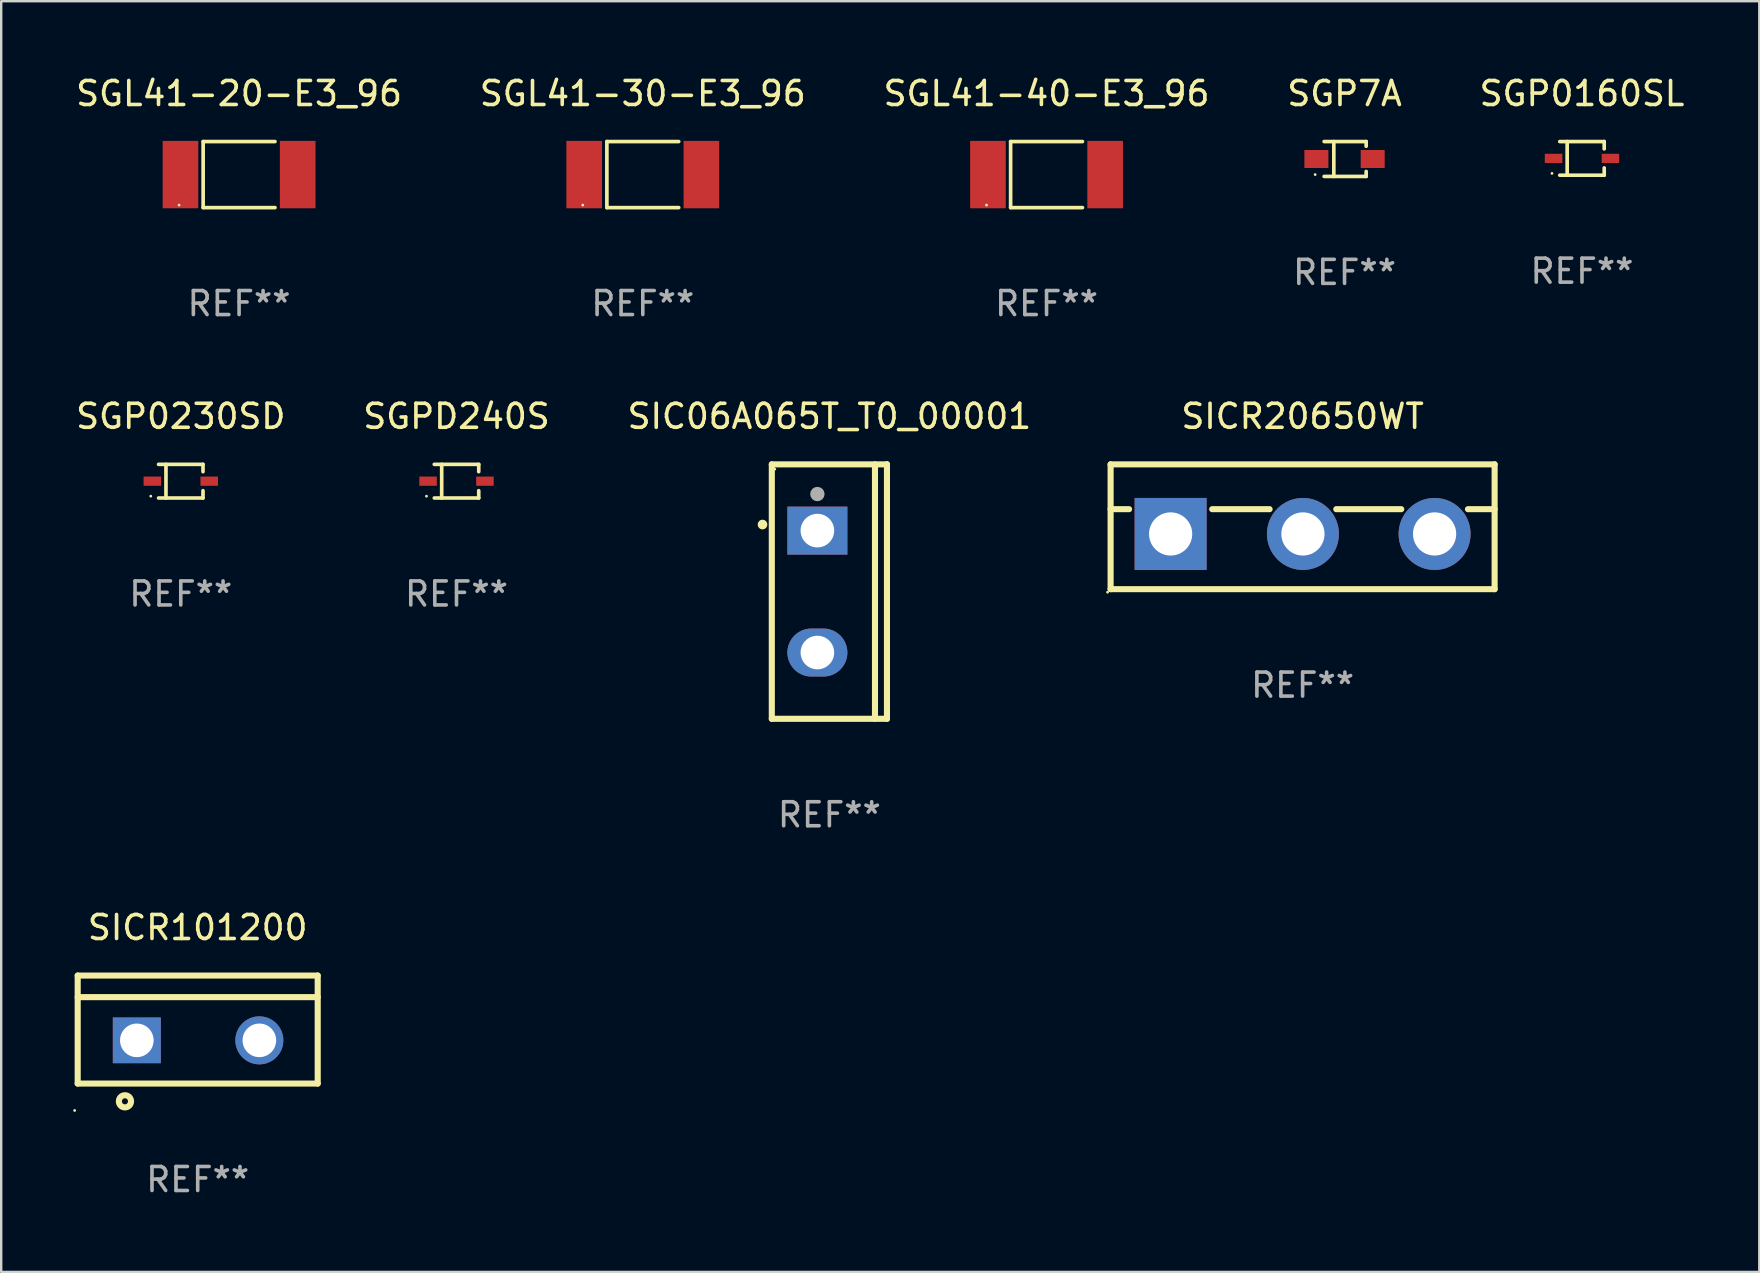
<source format=kicad_pcb>
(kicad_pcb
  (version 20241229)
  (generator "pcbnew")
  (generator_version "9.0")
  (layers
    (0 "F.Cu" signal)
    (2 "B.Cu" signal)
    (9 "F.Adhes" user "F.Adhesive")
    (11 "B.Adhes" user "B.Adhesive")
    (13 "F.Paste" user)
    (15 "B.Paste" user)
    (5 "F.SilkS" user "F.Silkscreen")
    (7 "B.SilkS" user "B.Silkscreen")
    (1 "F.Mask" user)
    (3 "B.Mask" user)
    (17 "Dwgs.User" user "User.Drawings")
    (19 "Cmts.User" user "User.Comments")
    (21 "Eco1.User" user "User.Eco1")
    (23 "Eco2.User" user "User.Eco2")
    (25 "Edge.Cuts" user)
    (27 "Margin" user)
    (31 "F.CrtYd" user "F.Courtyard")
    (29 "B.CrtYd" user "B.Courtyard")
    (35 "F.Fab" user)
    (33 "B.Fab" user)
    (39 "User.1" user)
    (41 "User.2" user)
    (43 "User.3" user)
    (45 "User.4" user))
  (footprint "SGL41-30-E3_96"
    (layer "F.Cu")
    (at 23.732 4.224)
    (property "Reference" "SGL41-30-E3_96" (at 0 -3.376 0) (layer "F.SilkS") (effects (font (size 1 1) (thickness 0.15))))
    (attr through_hole)
    (fp_line (start -1.497 -1.376) (end -1.497 1.376) (stroke (width 0.152) (type solid)) (layer "F.SilkS"))
    (fp_line (start -1.497 -1.376) (end 1.497 -1.376) (stroke (width 0.152) (type solid)) (layer "F.SilkS"))
    (fp_line (start -1.497 1.376) (end 1.497 1.376) (stroke (width 0.152) (type solid)) (layer "F.SilkS"))
    (fp_circle (center -2.5 1.27) (end -2.47 1.27) (stroke (width 0.06) (type solid)) (fill no) (layer "F.SilkS"))
    (fp_text user "REF**" (at 0 5.376 0) (layer "F.Fab") (effects (font (size 1 1) (thickness 0.15))))
    (pad "1" smd rect (at -2.442 0 180) (size 1.485 2.808) (layers "F.Cu" "F.Mask" "F.Paste"))
    (pad "2" smd rect (at 2.442 0 180) (size 1.485 2.808) (layers "F.Cu" "F.Mask" "F.Paste")))
  (footprint "SGPD240S"
    (layer "F.Cu")
    (at 15.97 16.998)
    (property "Reference" "SGPD240S" (at 0 -2.701 0) (layer "F.SilkS") (effects (font (size 1 1) (thickness 0.15))))
    (attr through_hole)
    (fp_line (start -0.926 -0.701) (end 0.926 -0.701) (stroke (width 0.152) (type solid)) (layer "F.SilkS"))
    (fp_line (start -0.926 0.701) (end 0.926 0.701) (stroke (width 0.152) (type solid)) (layer "F.SilkS"))
    (fp_line (start -0.617 -0.701) (end -0.617 0.701) (stroke (width 0.152) (type solid)) (layer "F.SilkS"))
    (fp_line (start 0.926 -0.701) (end 0.926 -0.396) (stroke (width 0.152) (type solid)) (layer "F.SilkS"))
    (fp_line (start 0.926 0.701) (end 0.926 0.396) (stroke (width 0.152) (type solid)) (layer "F.SilkS"))
    (fp_circle (center -1.25 0.625) (end -1.22 0.625) (stroke (width 0.06) (type solid)) (fill no) (layer "F.SilkS"))
    (fp_text user "REF**" (at 0 4.701 0) (layer "F.Fab") (effects (font (size 1 1) (thickness 0.15))))
    (pad "1" smd rect (at -1.185 0 180) (size 0.73 0.385) (layers "F.Cu" "F.Mask" "F.Paste"))
    (pad "2" smd rect (at 1.185 0 180) (size 0.73 0.385) (layers "F.Cu" "F.Mask" "F.Paste")))
  (footprint "SGP0230SD"
    (layer "F.Cu")
    (at 4.482 16.998)
    (property "Reference" "SGP0230SD" (at 0 -2.701 0) (layer "F.SilkS") (effects (font (size 1 1) (thickness 0.15))))
    (attr through_hole)
    (fp_line (start -0.926 -0.701) (end 0.926 -0.701) (stroke (width 0.152) (type solid)) (layer "F.SilkS"))
    (fp_line (start -0.926 0.701) (end 0.926 0.701) (stroke (width 0.152) (type solid)) (layer "F.SilkS"))
    (fp_line (start -0.617 -0.701) (end -0.617 0.701) (stroke (width 0.152) (type solid)) (layer "F.SilkS"))
    (fp_line (start 0.926 -0.701) (end 0.926 -0.396) (stroke (width 0.152) (type solid)) (layer "F.SilkS"))
    (fp_line (start 0.926 0.701) (end 0.926 0.396) (stroke (width 0.152) (type solid)) (layer "F.SilkS"))
    (fp_circle (center -1.25 0.625) (end -1.22 0.625) (stroke (width 0.06) (type solid)) (fill no) (layer "F.SilkS"))
    (fp_text user "REF**" (at 0 4.701 0) (layer "F.Fab") (effects (font (size 1 1) (thickness 0.15))))
    (pad "1" smd rect (at -1.185 0 180) (size 0.73 0.385) (layers "F.Cu" "F.Mask" "F.Paste"))
    (pad "2" smd rect (at 1.185 0 180) (size 0.73 0.385) (layers "F.Cu" "F.Mask" "F.Paste")))
  (footprint "SGL41-40-E3_96"
    (layer "F.Cu")
    (at 40.554 4.224)
    (property "Reference" "SGL41-40-E3_96" (at 0 -3.376 0) (layer "F.SilkS") (effects (font (size 1 1) (thickness 0.15))))
    (attr through_hole)
    (fp_line (start -1.497 -1.376) (end -1.497 1.376) (stroke (width 0.152) (type solid)) (layer "F.SilkS"))
    (fp_line (start -1.497 -1.376) (end 1.497 -1.376) (stroke (width 0.152) (type solid)) (layer "F.SilkS"))
    (fp_line (start -1.497 1.376) (end 1.497 1.376) (stroke (width 0.152) (type solid)) (layer "F.SilkS"))
    (fp_circle (center -2.5 1.27) (end -2.47 1.27) (stroke (width 0.06) (type solid)) (fill no) (layer "F.SilkS"))
    (fp_text user "REF**" (at 0 5.376 0) (layer "F.Fab") (effects (font (size 1 1) (thickness 0.15))))
    (pad "1" smd rect (at -2.442 0 180) (size 1.485 2.808) (layers "F.Cu" "F.Mask" "F.Paste"))
    (pad "2" smd rect (at 2.442 0 180) (size 1.485 2.808) (layers "F.Cu" "F.Mask" "F.Paste")))
  (footprint "SICR101200"
    (layer "F.Cu")
    (at 5.187 39.846)
    (property "Reference" "SICR101200" (at 0 -4.25 0) (layer "F.SilkS") (effects (font (size 1 1) (thickness 0.15))))
    (attr through_hole)
    (fp_line (start -5 -2.25) (end 5 -2.25) (stroke (width 0.254) (type solid)) (layer "F.SilkS"))
    (fp_line (start -5 -1.351) (end 5 -1.351) (stroke (width 0.254) (type solid)) (layer "F.SilkS"))
    (fp_line (start -5 2.25) (end -5 -2.25) (stroke (width 0.254) (type solid)) (layer "F.SilkS"))
    (fp_line (start -5 2.25) (end 5 2.25) (stroke (width 0.254) (type solid)) (layer "F.SilkS"))
    (fp_line (start 5 2.25) (end 5 -2.25) (stroke (width 0.254) (type solid)) (layer "F.SilkS"))
    (fp_circle (center -5.127 3.371) (end -5.097 3.371) (stroke (width 0.06) (type solid)) (fill no) (layer "F.SilkS"))
    (fp_circle (center -3.031 2.99) (end -2.777 2.99) (stroke (width 0.254) (type solid)) (fill no) (layer "F.SilkS"))
    (fp_text user "REF**" (at 0 6.25 0) (layer "F.Fab") (effects (font (size 1 1) (thickness 0.15))))
    (pad "1" thru_hole rect (at -2.536 0.45 90) (size 1.905 2) (drill 1.4) (layers "*.Cu" "*.Mask"))
    (pad "3" thru_hole circle (at 2.569 0.45) (size 2 2) (drill 1.4) (layers "*.Cu" "*.Mask")))
  (footprint "SGL41-20-E3_96"
    (layer "F.Cu")
    (at 6.911 4.224)
    (property "Reference" "SGL41-20-E3_96" (at 0 -3.376 0) (layer "F.SilkS") (effects (font (size 1 1) (thickness 0.15))))
    (attr through_hole)
    (fp_line (start -1.497 -1.376) (end -1.497 1.376) (stroke (width 0.152) (type solid)) (layer "F.SilkS"))
    (fp_line (start -1.497 -1.376) (end 1.497 -1.376) (stroke (width 0.152) (type solid)) (layer "F.SilkS"))
    (fp_line (start -1.497 1.376) (end 1.497 1.376) (stroke (width 0.152) (type solid)) (layer "F.SilkS"))
    (fp_circle (center -2.5 1.27) (end -2.47 1.27) (stroke (width 0.06) (type solid)) (fill no) (layer "F.SilkS"))
    (fp_text user "REF**" (at 0 5.376 0) (layer "F.Fab") (effects (font (size 1 1) (thickness 0.15))))
    (pad "1" smd rect (at -2.442 0 180) (size 1.485 2.808) (layers "F.Cu" "F.Mask" "F.Paste"))
    (pad "2" smd rect (at 2.442 0 180) (size 1.485 2.808) (layers "F.Cu" "F.Mask" "F.Paste")))
  (footprint "SICR20650WT"
    (layer "F.Cu")
    (at 51.223 18.897)
    (property "Reference" "SICR20650WT" (at 0 -4.6 0) (layer "F.SilkS") (effects (font (size 1 1) (thickness 0.15))))
    (attr through_hole)
    (fp_line (start -8 -2.6) (end -8 2.6) (stroke (width 0.254) (type solid)) (layer "F.SilkS"))
    (fp_line (start -8 -2.6) (end 8 -2.6) (stroke (width 0.254) (type solid)) (layer "F.SilkS"))
    (fp_line (start -8 -0.732) (end -7.23 -0.732) (stroke (width 0.254) (type solid)) (layer "F.SilkS"))
    (fp_line (start -8 2.6) (end 8 2.6) (stroke (width 0.254) (type solid)) (layer "F.SilkS"))
    (fp_line (start -3.768 -0.732) (end -1.376 -0.732) (stroke (width 0.254) (type solid)) (layer "F.SilkS"))
    (fp_line (start 1.402 -0.732) (end 4.11 -0.732) (stroke (width 0.254) (type solid)) (layer "F.SilkS"))
    (fp_line (start 6.888 -0.732) (end 8 -0.732) (stroke (width 0.254) (type solid)) (layer "F.SilkS"))
    (fp_line (start 8 -2.6) (end 8 2.6) (stroke (width 0.254) (type solid)) (layer "F.SilkS"))
    (fp_circle (center -8.127 2.727) (end -8.097 2.727) (stroke (width 0.06) (type solid)) (fill no) (layer "F.SilkS"))
    (fp_text user "REF**" (at 0 6.6 0) (layer "F.Fab") (effects (font (size 1 1) (thickness 0.15))))
    (pad "1" thru_hole rect (at -5.499 0.3) (size 3 3) (drill 1.8) (layers "*.Cu" "*.Mask"))
    (pad "2" thru_hole circle (at 0.013 0.3) (size 3 3) (drill 1.8) (layers "*.Cu" "*.Mask"))
    (pad "3" thru_hole circle (at 5.499 0.3) (size 3 3) (drill 1.8) (layers "*.Cu" "*.Mask")))
  (footprint "SGP7A"
    (layer "F.Cu")
    (at 52.97 3.574)
    (property "Reference" "SGP7A" (at 0 -2.726 0) (layer "F.SilkS") (effects (font (size 1 1) (thickness 0.15))))
    (attr through_hole)
    (fp_line (start -0.851 -0.726) (end 0.901 -0.726) (stroke (width 0.152) (type solid)) (layer "F.SilkS"))
    (fp_line (start -0.851 0.726) (end 0.901 0.726) (stroke (width 0.152) (type solid)) (layer "F.SilkS"))
    (fp_line (start -0.447 -0.726) (end -0.447 0.726) (stroke (width 0.152) (type solid)) (layer "F.SilkS"))
    (fp_line (start 0.901 -0.726) (end 0.901 -0.53) (stroke (width 0.152) (type solid)) (layer "F.SilkS"))
    (fp_line (start 0.901 0.726) (end 0.901 0.52) (stroke (width 0.152) (type solid)) (layer "F.SilkS"))
    (fp_circle (center -1.225 0.65) (end -1.195 0.65) (stroke (width 0.06) (type solid)) (fill no) (layer "F.SilkS"))
    (fp_text user "REF**" (at 0 4.726 0) (layer "F.Fab") (effects (font (size 1 1) (thickness 0.15))))
    (pad "1" smd rect (at -1.173 0) (size 1 0.75) (layers "F.Cu" "F.Mask" "F.Paste"))
    (pad "2" smd rect (at 1.173 0) (size 1 0.75) (layers "F.Cu" "F.Mask" "F.Paste")))
  (footprint "SIC06A065T_T0_00001"
    (layer "F.Cu")
    (at 31.506 21.598)
    (property "Reference" "SIC06A065T_T0_00001" (at 0 -7.301 0) (layer "F.SilkS") (effects (font (size 1 1) (thickness 0.15))))
    (attr through_hole)
    (fp_line (start -2.399 -5.301) (end 2.394 -5.301) (stroke (width 0.254) (type solid)) (layer "F.SilkS"))
    (fp_line (start -2.399 5.301) (end -2.399 -5.301) (stroke (width 0.254) (type solid)) (layer "F.SilkS"))
    (fp_line (start 1.9 -5.061) (end 1.9 -5.3) (stroke (width 0.254) (type solid)) (layer "F.SilkS"))
    (fp_line (start 1.9 5.3) (end 1.9 -5.061) (stroke (width 0.254) (type solid)) (layer "F.SilkS"))
    (fp_line (start 2.394 -5.301) (end 2.399 -5.301) (stroke (width 0.254) (type solid)) (layer "F.SilkS"))
    (fp_line (start 2.399 -5.301) (end 2.399 5.301) (stroke (width 0.254) (type solid)) (layer "F.SilkS"))
    (fp_line (start 2.399 5.301) (end -2.399 5.301) (stroke (width 0.254) (type solid)) (layer "F.SilkS"))
    (fp_arc (start -2.786043 -2.791466) (mid -2.786047 -2.792736) (end -2.786043 -2.794006) (stroke (width 0.4) (type solid)) (layer "F.SilkS"))
    (fp_circle (center -2.275 -5.1) (end -2.245 -5.1) (stroke (width 0.06) (type solid)) (fill no) (layer "F.SilkS"))
    (fp_circle (center -0.5 -4.064) (end -0.35 -4.064) (stroke (width 0.3) (type solid)) (fill no) (layer "F.Fab"))
    (fp_text user "REF**" (at 0 9.301 0) (layer "F.Fab") (effects (font (size 1 1) (thickness 0.15))))
    (pad "1" thru_hole rect (at -0.5 -2.54 270) (size 2 2.5) (drill 1.4) (layers "*.Cu" "*.Mask"))
    (pad "3" thru_hole oval (at -0.5 2.54 270) (size 2 2.5) (drill 1.4) (layers "*.Cu" "*.Mask")))
  (footprint "SGP0160SL"
    (layer "F.Cu")
    (at 62.863 3.549)
    (property "Reference" "SGP0160SL" (at 0 -2.701 0) (layer "F.SilkS") (effects (font (size 1 1) (thickness 0.15))))
    (attr through_hole)
    (fp_line (start -0.926 -0.701) (end 0.926 -0.701) (stroke (width 0.152) (type solid)) (layer "F.SilkS"))
    (fp_line (start -0.926 0.701) (end 0.926 0.701) (stroke (width 0.152) (type solid)) (layer "F.SilkS"))
    (fp_line (start -0.617 -0.701) (end -0.617 0.701) (stroke (width 0.152) (type solid)) (layer "F.SilkS"))
    (fp_line (start 0.926 -0.701) (end 0.926 -0.396) (stroke (width 0.152) (type solid)) (layer "F.SilkS"))
    (fp_line (start 0.926 0.701) (end 0.926 0.396) (stroke (width 0.152) (type solid)) (layer "F.SilkS"))
    (fp_circle (center -1.25 0.625) (end -1.22 0.625) (stroke (width 0.06) (type solid)) (fill no) (layer "F.SilkS"))
    (fp_text user "REF**" (at 0 4.701 0) (layer "F.Fab") (effects (font (size 1 1) (thickness 0.15))))
    (pad "1" smd rect (at -1.185 0 180) (size 0.73 0.385) (layers "F.Cu" "F.Mask" "F.Paste"))
    (pad "2" smd rect (at 1.185 0 180) (size 0.73 0.385) (layers "F.Cu" "F.Mask" "F.Paste")))
  (gr_rect
    (start -3 -3)
    (end 70.25 49.945)
    (stroke (width 0.1) (type default))
    (fill no)
    (layer "Edge.Cuts")))
</source>
